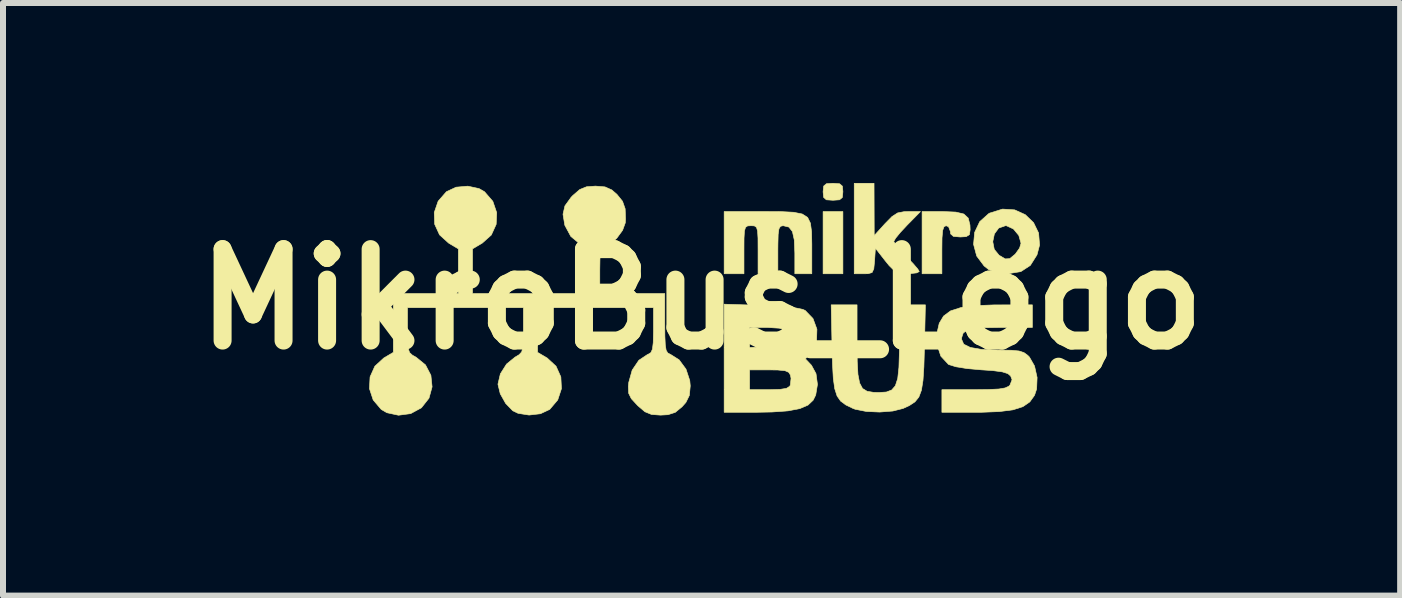
<source format=kicad_pcb>
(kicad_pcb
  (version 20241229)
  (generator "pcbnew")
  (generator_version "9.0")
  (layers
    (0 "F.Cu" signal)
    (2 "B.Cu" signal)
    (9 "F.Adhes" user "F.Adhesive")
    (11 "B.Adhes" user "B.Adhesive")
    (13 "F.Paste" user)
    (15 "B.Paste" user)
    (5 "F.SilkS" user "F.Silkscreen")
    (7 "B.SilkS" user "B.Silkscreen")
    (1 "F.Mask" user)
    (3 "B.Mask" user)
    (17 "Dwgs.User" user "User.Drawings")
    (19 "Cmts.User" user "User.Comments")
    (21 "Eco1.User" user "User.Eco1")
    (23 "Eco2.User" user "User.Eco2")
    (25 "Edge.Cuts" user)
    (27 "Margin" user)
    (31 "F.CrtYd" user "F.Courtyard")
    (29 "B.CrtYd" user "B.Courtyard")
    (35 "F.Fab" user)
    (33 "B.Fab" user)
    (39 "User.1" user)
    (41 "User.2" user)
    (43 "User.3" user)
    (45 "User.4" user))
  (footprint "MikroBus_Logo"
    (layer "F.Cu")
    (at 8.643 1.937)
    (property "Reference" "MikroBus_Logo" (at 0 0 0) (layer "F.SilkS") (effects (font (size 1.524 1.524) (thickness 0.3))))
    (attr through_hole)
    (fp_poly (pts (xy 2.356 -0.424) (xy 2.026 -0.424) (xy 2.026 -1.461) (xy 2.356 -1.461) (xy 2.356 -0.424)) (stroke (width 0.01) (type solid)) (fill yes) (layer "F.SilkS"))
    (fp_poly (pts (xy 2.302 -1.924) (xy 2.348 -1.884) (xy 2.356 -1.791) (xy 2.347 -1.696) (xy 2.3 -1.657) (xy 2.191 -1.649) (xy 2.08 -1.657) (xy 2.035 -1.697) (xy 2.026 -1.791) (xy 2.036 -1.886) (xy 2.082 -1.925) (xy 2.191 -1.932) (xy 2.302 -1.924)) (stroke (width 0.01) (type solid)) (fill yes) (layer "F.SilkS"))
    (fp_poly (pts (xy 4.238 -1.452) (xy 4.372 -1.42) (xy 4.445 -1.352) (xy 4.474 -1.237) (xy 4.477 -1.158) (xy 4.465 -1.076) (xy 4.411 -1.043) (xy 4.312 -1.037) (xy 4.198 -1.047) (xy 4.152 -1.088) (xy 4.147 -1.131) (xy 4.117 -1.208) (xy 4.076 -1.225) (xy 4.041 -1.208) (xy 4.019 -1.146) (xy 4.008 -1.022) (xy 4.006 -0.825) (xy 4.006 -0.424) (xy 3.676 -0.424) (xy 3.676 -1.461) (xy 4.027 -1.461) (xy 4.238 -1.452)) (stroke (width 0.01) (type solid)) (fill yes) (layer "F.SilkS"))
    (fp_poly (pts (xy 2.878 -1.06) (xy 3.06 -1.261) (xy 3.175 -1.378) (xy 3.268 -1.438) (xy 3.376 -1.459) (xy 3.445 -1.461) (xy 3.649 -1.461) (xy 3.427 -1.235) (xy 3.314 -1.114) (xy 3.234 -1.016) (xy 3.204 -0.962) (xy 3.236 -0.907) (xy 3.318 -0.81) (xy 3.417 -0.707) (xy 3.527 -0.593) (xy 3.604 -0.503) (xy 3.629 -0.461) (xy 3.587 -0.439) (xy 3.481 -0.427) (xy 3.428 -0.426) (xy 3.306 -0.435) (xy 3.217 -0.472) (xy 3.129 -0.558) (xy 3.063 -0.639) (xy 2.898 -0.85) (xy 2.884 -0.637) (xy 2.871 -0.506) (xy 2.842 -0.444) (xy 2.775 -0.425) (xy 2.707 -0.424) (xy 2.545 -0.424) (xy 2.545 -1.932) (xy 2.875 -1.932) (xy 2.878 -1.06)) (stroke (width 0.01) (type solid)) (fill yes) (layer "F.SilkS"))
    (fp_poly (pts (xy 1.323 -1.46) (xy 1.535 -1.449) (xy 1.679 -1.42) (xy 1.768 -1.363) (xy 1.815 -1.267) (xy 1.834 -1.123) (xy 1.838 -0.92) (xy 1.838 -0.424) (xy 1.555 -0.424) (xy 1.555 -0.768) (xy 1.546 -0.987) (xy 1.515 -1.127) (xy 1.456 -1.202) (xy 1.362 -1.225) (xy 1.357 -1.225) (xy 1.316 -1.215) (xy 1.29 -1.173) (xy 1.277 -1.08) (xy 1.273 -0.919) (xy 1.272 -0.825) (xy 1.272 -0.424) (xy 0.942 -0.424) (xy 0.942 -0.825) (xy 0.941 -1.019) (xy 0.934 -1.137) (xy 0.916 -1.198) (xy 0.881 -1.222) (xy 0.825 -1.225) (xy 0.768 -1.222) (xy 0.733 -1.198) (xy 0.715 -1.136) (xy 0.708 -1.017) (xy 0.707 -0.825) (xy 0.707 -0.424) (xy 0.377 -0.424) (xy 0.377 -1.461) (xy 1.029 -1.461) (xy 1.323 -1.46)) (stroke (width 0.01) (type solid)) (fill yes) (layer "F.SilkS"))
    (fp_poly (pts (xy 5.219 -1.489) (xy 5.396 -1.409) (xy 5.534 -1.276) (xy 5.618 -1.103) (xy 5.634 -0.902) (xy 5.591 -0.739) (xy 5.48 -0.563) (xy 5.322 -0.46) (xy 5.102 -0.424) (xy 5.08 -0.424) (xy 4.911 -0.439) (xy 4.785 -0.494) (xy 4.71 -0.554) (xy 4.586 -0.72) (xy 4.534 -0.915) (xy 4.538 -0.959) (xy 4.854 -0.959) (xy 4.879 -0.831) (xy 4.959 -0.733) (xy 5.062 -0.672) (xy 5.137 -0.676) (xy 5.225 -0.748) (xy 5.231 -0.754) (xy 5.301 -0.852) (xy 5.325 -0.932) (xy 5.288 -1.063) (xy 5.198 -1.171) (xy 5.083 -1.224) (xy 5.065 -1.225) (xy 4.953 -1.186) (xy 4.881 -1.088) (xy 4.854 -0.959) (xy 4.538 -0.959) (xy 4.552 -1.114) (xy 4.637 -1.293) (xy 4.787 -1.427) (xy 4.805 -1.436) (xy 5.017 -1.502) (xy 5.219 -1.489)) (stroke (width 0.01) (type solid)) (fill yes) (layer "F.SilkS"))
    (fp_poly (pts (xy 2.592 0.747) (xy 2.595 1.041) (xy 2.607 1.254) (xy 2.635 1.398) (xy 2.683 1.488) (xy 2.76 1.535) (xy 2.869 1.553) (xy 2.958 1.555) (xy 3.081 1.547) (xy 3.17 1.513) (xy 3.231 1.442) (xy 3.27 1.321) (xy 3.29 1.137) (xy 3.298 0.877) (xy 3.299 0.72) (xy 3.299 0.094) (xy 3.731 0.094) (xy 3.715 0.82) (xy 3.706 1.126) (xy 3.691 1.354) (xy 3.665 1.517) (xy 3.622 1.631) (xy 3.557 1.711) (xy 3.465 1.772) (xy 3.359 1.821) (xy 3.188 1.864) (xy 2.969 1.881) (xy 2.746 1.871) (xy 2.56 1.834) (xy 2.521 1.819) (xy 2.404 1.762) (xy 2.318 1.698) (xy 2.259 1.613) (xy 2.22 1.492) (xy 2.196 1.32) (xy 2.183 1.081) (xy 2.176 0.82) (xy 2.161 0.094) (xy 2.592 0.094) (xy 2.592 0.747)) (stroke (width 0.01) (type solid)) (fill yes) (layer "F.SilkS"))
    (fp_poly (pts (xy 1.001 0.103) (xy 1.318 0.118) (xy 1.545 0.14) (xy 1.687 0.17) (xy 1.728 0.188) (xy 1.858 0.323) (xy 1.923 0.5) (xy 1.917 0.69) (xy 1.836 0.864) (xy 1.832 0.868) (xy 1.732 0.995) (xy 1.832 1.101) (xy 1.908 1.241) (xy 1.932 1.42) (xy 1.903 1.597) (xy 1.86 1.684) (xy 1.774 1.765) (xy 1.639 1.823) (xy 1.443 1.861) (xy 1.174 1.88) (xy 0.907 1.885) (xy 0.377 1.885) (xy 0.377 1.178) (xy 0.801 1.178) (xy 0.801 1.508) (xy 1.126 1.508) (xy 1.308 1.503) (xy 1.415 1.486) (xy 1.469 1.452) (xy 1.48 1.431) (xy 1.492 1.32) (xy 1.482 1.266) (xy 1.454 1.219) (xy 1.391 1.192) (xy 1.272 1.18) (xy 1.128 1.178) (xy 0.801 1.178) (xy 0.377 1.178) (xy 0.377 0.471) (xy 0.801 0.471) (xy 0.801 0.805) (xy 1.114 0.791) (xy 1.306 0.775) (xy 1.422 0.745) (xy 1.477 0.699) (xy 1.503 0.599) (xy 1.442 0.526) (xy 1.296 0.483) (xy 1.102 0.471) (xy 0.801 0.471) (xy 0.377 0.471) (xy 0.377 0.083) (xy 1.001 0.103)) (stroke (width 0.01) (type solid)) (fill yes) (layer "F.SilkS"))
    (fp_poly (pts (xy 5.514 0.471) (xy 4.981 0.471) (xy 4.719 0.475) (xy 4.538 0.489) (xy 4.423 0.518) (xy 4.361 0.565) (xy 4.337 0.636) (xy 4.335 0.67) (xy 4.37 0.75) (xy 4.479 0.804) (xy 4.667 0.837) (xy 4.941 0.848) (xy 4.966 0.848) (xy 5.163 0.851) (xy 5.291 0.863) (xy 5.374 0.89) (xy 5.438 0.937) (xy 5.464 0.963) (xy 5.55 1.113) (xy 5.593 1.305) (xy 5.585 1.497) (xy 5.55 1.602) (xy 5.471 1.712) (xy 5.356 1.791) (xy 5.191 1.844) (xy 4.963 1.873) (xy 4.659 1.885) (xy 4.583 1.885) (xy 4.006 1.885) (xy 4.006 1.508) (xy 4.542 1.508) (xy 4.786 1.505) (xy 4.953 1.497) (xy 5.06 1.479) (xy 5.121 1.451) (xy 5.14 1.433) (xy 5.176 1.342) (xy 5.152 1.28) (xy 5.105 1.24) (xy 5.012 1.211) (xy 4.855 1.19) (xy 4.66 1.177) (xy 4.425 1.156) (xy 4.239 1.126) (xy 4.123 1.09) (xy 4.113 1.084) (xy 3.989 0.95) (xy 3.925 0.759) (xy 3.925 0.561) (xy 3.962 0.401) (xy 4.034 0.281) (xy 4.15 0.195) (xy 4.323 0.139) (xy 4.563 0.107) (xy 4.883 0.095) (xy 4.983 0.095) (xy 5.514 0.094) (xy 5.514 0.471)) (stroke (width 0.01) (type solid)) (fill yes) (layer "F.SilkS"))
    (fp_poly (pts (xy -1.609 -1.872) (xy -1.495 -1.821) (xy -1.41 -1.747) (xy -1.317 -1.632) (xy -1.273 -1.507) (xy -1.267 -1.335) (xy -1.271 -1.272) (xy -1.316 -1.149) (xy -1.413 -1.016) (xy -1.534 -0.909) (xy -1.611 -0.869) (xy -1.654 -0.843) (xy -1.68 -0.784) (xy -1.693 -0.673) (xy -1.696 -0.49) (xy -1.696 -0.468) (xy -1.696 -0.094) (xy -0.613 -0.094) (xy -0.613 0.397) (xy -0.611 0.619) (xy -0.604 0.764) (xy -0.59 0.851) (xy -0.563 0.896) (xy -0.522 0.918) (xy -0.52 0.918) (xy -0.374 1.01) (xy -0.259 1.166) (xy -0.196 1.357) (xy -0.188 1.445) (xy -0.203 1.603) (xy -0.261 1.721) (xy -0.326 1.794) (xy -0.438 1.886) (xy -0.559 1.925) (xy -0.684 1.932) (xy -0.834 1.921) (xy -0.944 1.876) (xy -1.061 1.776) (xy -1.071 1.766) (xy -1.171 1.657) (xy -1.215 1.567) (xy -1.22 1.454) (xy -1.213 1.386) (xy -1.156 1.182) (xy -1.045 1.018) (xy -0.898 0.92) (xy -0.888 0.917) (xy -0.844 0.89) (xy -0.818 0.832) (xy -0.805 0.723) (xy -0.801 0.542) (xy -0.801 0.515) (xy -0.801 0.141) (xy -2.733 0.141) (xy -2.733 0.886) (xy -2.573 0.98) (xy -2.425 1.117) (xy -2.345 1.295) (xy -2.335 1.491) (xy -2.397 1.679) (xy -2.531 1.837) (xy -2.531 1.837) (xy -2.685 1.909) (xy -2.875 1.931) (xy -3.058 1.902) (xy -3.147 1.859) (xy -3.265 1.737) (xy -3.355 1.576) (xy -3.393 1.42) (xy -3.393 1.414) (xy -3.353 1.244) (xy -3.25 1.081) (xy -3.109 0.966) (xy -3.04 0.925) (xy -2.998 0.879) (xy -2.977 0.803) (xy -2.97 0.674) (xy -2.969 0.517) (xy -2.969 0.141) (xy -4.901 0.141) (xy -4.901 0.517) (xy -4.899 0.705) (xy -4.89 0.821) (xy -4.866 0.89) (xy -4.819 0.933) (xy -4.758 0.967) (xy -4.601 1.095) (xy -4.511 1.268) (xy -4.491 1.461) (xy -4.543 1.65) (xy -4.67 1.811) (xy -4.671 1.811) (xy -4.848 1.907) (xy -5.051 1.934) (xy -5.245 1.892) (xy -5.339 1.837) (xy -5.473 1.679) (xy -5.535 1.491) (xy -5.525 1.295) (xy -5.445 1.117) (xy -5.296 0.98) (xy -5.296 0.98) (xy -5.137 0.886) (xy -5.137 -0.094) (xy -4.053 -0.094) (xy -4.053 -0.839) (xy -4.215 -0.935) (xy -4.367 -1.073) (xy -4.448 -1.25) (xy -4.455 -1.445) (xy -4.39 -1.634) (xy -4.252 -1.792) (xy -4.091 -1.867) (xy -3.896 -1.884) (xy -3.709 -1.844) (xy -3.618 -1.792) (xy -3.479 -1.632) (xy -3.414 -1.442) (xy -3.423 -1.248) (xy -3.504 -1.07) (xy -3.655 -0.935) (xy -3.817 -0.839) (xy -3.817 -0.094) (xy -1.885 -0.094) (xy -1.885 -0.47) (xy -1.886 -0.658) (xy -1.896 -0.774) (xy -1.92 -0.843) (xy -1.967 -0.886) (xy -2.026 -0.919) (xy -2.179 -1.047) (xy -2.279 -1.233) (xy -2.309 -1.416) (xy -2.277 -1.556) (xy -2.173 -1.7) (xy -2.149 -1.725) (xy -2.03 -1.828) (xy -1.917 -1.874) (xy -1.768 -1.885) (xy -1.609 -1.872)) (stroke (width 0.01) (type solid)) (fill yes) (layer "F.SilkS")))
  (gr_rect
    (start -3 -3)
    (end 20.287 6.877)
    (stroke (width 0.1) (type default))
    (fill no)
    (layer "Edge.Cuts")))
</source>
